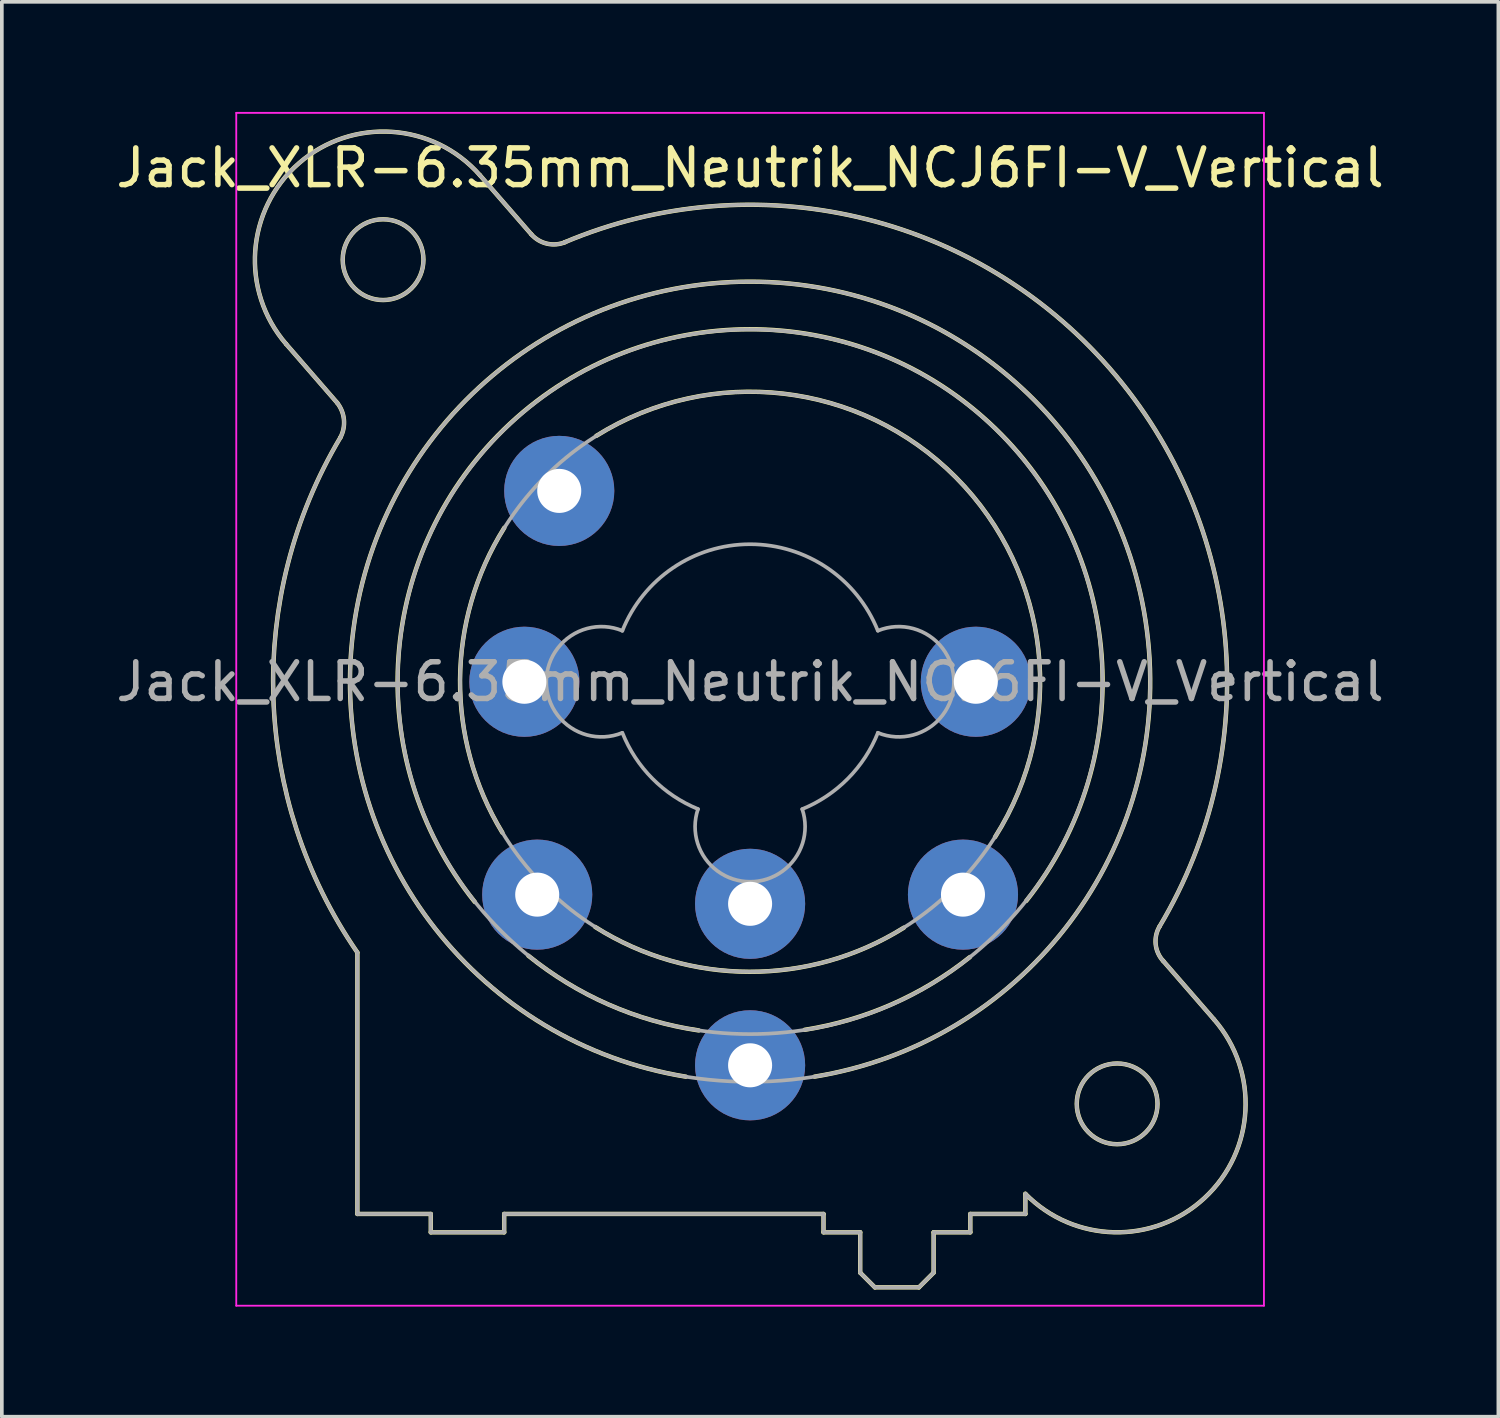
<source format=kicad_pcb>
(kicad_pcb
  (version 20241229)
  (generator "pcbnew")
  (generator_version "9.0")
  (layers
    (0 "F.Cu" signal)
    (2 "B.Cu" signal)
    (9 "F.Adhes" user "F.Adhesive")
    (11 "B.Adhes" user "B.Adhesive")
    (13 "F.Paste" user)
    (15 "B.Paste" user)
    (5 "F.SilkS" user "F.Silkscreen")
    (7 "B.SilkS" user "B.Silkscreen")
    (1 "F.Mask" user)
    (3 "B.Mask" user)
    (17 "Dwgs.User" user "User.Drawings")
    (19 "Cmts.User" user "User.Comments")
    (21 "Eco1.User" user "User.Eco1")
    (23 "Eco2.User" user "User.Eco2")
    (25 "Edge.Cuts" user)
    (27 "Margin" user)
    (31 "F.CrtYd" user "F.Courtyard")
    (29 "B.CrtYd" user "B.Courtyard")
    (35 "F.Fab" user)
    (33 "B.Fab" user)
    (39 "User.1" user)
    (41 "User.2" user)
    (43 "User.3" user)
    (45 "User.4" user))
  (footprint "Jack_XLR-6.35mm_Neutrik_NCJ6FI-V_Vertical"
    (layer "F.Cu")
    (at 23.537 15.525)
    (property "Reference" "Jack_XLR-6.35mm_Neutrik_NCJ6FI-V_Vertical" (at -6.15 -14 0) (layer "F.SilkS") (effects (font (size 1 1) (thickness 0.15))))
    (attr through_hole)
    (fp_line (start -17.4 -7.6) (end -18.79 -9.2) (stroke (width 0.12) (type solid)) (layer "F.SilkS"))
    (fp_line (start -16.85 14.5) (end -16.85 7.38) (stroke (width 0.12) (type solid)) (layer "F.SilkS"))
    (fp_line (start -14.85 14.5) (end -16.85 14.5) (stroke (width 0.12) (type solid)) (layer "F.SilkS"))
    (fp_line (start -14.85 14.5) (end -14.85 15) (stroke (width 0.12) (type solid)) (layer "F.SilkS"))
    (fp_line (start -13.51 -13.8) (end -12.11 -12.19) (stroke (width 0.12) (type solid)) (layer "F.SilkS"))
    (fp_line (start -12.85 14.5) (end -12.85 15) (stroke (width 0.12) (type solid)) (layer "F.SilkS"))
    (fp_line (start -12.85 15) (end -14.85 15) (stroke (width 0.12) (type solid)) (layer "F.SilkS"))
    (fp_line (start -4.15 14.5) (end -12.85 14.5) (stroke (width 0.12) (type solid)) (layer "F.SilkS"))
    (fp_line (start -4.15 14.5) (end -4.15 15) (stroke (width 0.12) (type solid)) (layer "F.SilkS"))
    (fp_line (start -3.15 15) (end -4.15 15) (stroke (width 0.12) (type solid)) (layer "F.SilkS"))
    (fp_line (start -3.15 15) (end -3.15 16.1) (stroke (width 0.12) (type solid)) (layer "F.SilkS"))
    (fp_line (start -3.15 16.1) (end -2.75 16.5) (stroke (width 0.12) (type solid)) (layer "F.SilkS"))
    (fp_line (start -1.55 16.5) (end -2.75 16.5) (stroke (width 0.12) (type solid)) (layer "F.SilkS"))
    (fp_line (start -1.15 15) (end -1.15 16.1) (stroke (width 0.12) (type solid)) (layer "F.SilkS"))
    (fp_line (start -1.15 16.1) (end -1.55 16.5) (stroke (width 0.12) (type solid)) (layer "F.SilkS"))
    (fp_line (start -0.15 14.5) (end -0.15 15) (stroke (width 0.12) (type solid)) (layer "F.SilkS"))
    (fp_line (start -0.15 15) (end -1.15 15) (stroke (width 0.12) (type solid)) (layer "F.SilkS"))
    (fp_line (start 1.35 13.95) (end 1.35 14.5) (stroke (width 0.12) (type solid)) (layer "F.SilkS"))
    (fp_line (start 1.35 14.5) (end -0.15 14.5) (stroke (width 0.12) (type solid)) (layer "F.SilkS"))
    (fp_line (start 5.1 7.6) (end 6.49 9.2) (stroke (width 0.12) (type solid)) (layer "F.SilkS"))
    (fp_arc (start -18.79 -9.2) (mid -18.45 -14.14) (end -13.51 -13.8) (stroke (width 0.12) (type solid)) (layer "F.SilkS"))
    (fp_arc (start -17.400452 -7.59955) (mid -17.216295 -7.14315) (end -17.31 -6.66) (stroke (width 0.12) (type solid)) (layer "F.SilkS"))
    (fp_arc (start -16.851206 7.374645) (mid -19.139261 0.42462) (end -17.31 -6.66) (stroke (width 0.12) (type solid)) (layer "F.SilkS"))
    (fp_arc (start -13.65 6) (mid -6.168408 -9.604669) (end 1.372943 5.971208) (stroke (width 0.12) (type solid)) (layer "F.SilkS"))
    (fp_arc (start -12.9 4.11) (mid -14.052663 -0.0501) (end -12.847348 -4.195251) (stroke (width 0.12) (type solid)) (layer "F.SilkS"))
    (fp_arc (start -11.201352 -11.974349) (mid 3.655031 -8.530097) (end 5.01 6.66) (stroke (width 0.12) (type solid)) (layer "F.SilkS"))
    (fp_arc (start -11.177539 -11.981856) (mid -11.677484 -11.93489) (end -12.11 -12.19) (stroke (width 0.12) (type solid)) (layer "F.SilkS"))
    (fp_arc (start -10.34 -6.7) (mid -0.544787 -5.570251) (end 0.523653 4.231839) (stroke (width 0.12) (type solid)) (layer "F.SilkS"))
    (fp_arc (start -7.9 10.76) (mid -6.152346 -10.90138) (end -4.395368 10.759246) (stroke (width 0.12) (type solid)) (layer "F.SilkS"))
    (fp_arc (start -7.55 9.5) (mid -10.007174 8.793873) (end -12.190932 7.464391) (stroke (width 0.12) (type solid)) (layer "F.SilkS"))
    (fp_arc (start -1.96 6.7) (mid -6.167825 7.902264) (end -10.370184 6.681029) (stroke (width 0.12) (type solid)) (layer "F.SilkS"))
    (fp_arc (start -0.16 7.5) (mid -2.282236 8.784674) (end -4.662837 9.482534) (stroke (width 0.12) (type solid)) (layer "F.SilkS"))
    (fp_arc (start 5.109394 7.611661) (mid 4.900255 7.152483) (end 5.01 6.66) (stroke (width 0.12) (type solid)) (layer "F.SilkS"))
    (fp_arc (start 6.49 9.2) (mid 6.227307 14.070606) (end 1.351052 13.95252) (stroke (width 0.12) (type solid)) (layer "F.SilkS"))
    (fp_circle (center -16.15 -11.5) (end -15.05 -11.5) (stroke (width 0.12) (type solid)) (fill no) (layer "F.SilkS"))
    (fp_circle (center 3.85 11.5) (end 4.95 11.5) (stroke (width 0.12) (type solid)) (fill no) (layer "F.SilkS"))
    (fp_line (start -20.15 -15.5) (end 7.85 -15.5) (stroke (width 0.05) (type solid)) (layer "F.CrtYd"))
    (fp_line (start -20.15 17) (end -20.15 -15.5) (stroke (width 0.05) (type solid)) (layer "F.CrtYd"))
    (fp_line (start 7.85 -15.5) (end 7.85 17) (stroke (width 0.05) (type solid)) (layer "F.CrtYd"))
    (fp_line (start 7.85 17) (end -20.15 17) (stroke (width 0.05) (type solid)) (layer "F.CrtYd"))
    (fp_line (start -17.4 -7.6) (end -18.79 -9.2) (stroke (width 0.1) (type solid)) (layer "F.Fab"))
    (fp_line (start -16.85 14.5) (end -16.85 7.38) (stroke (width 0.1) (type solid)) (layer "F.Fab"))
    (fp_line (start -14.85 14.5) (end -16.85 14.5) (stroke (width 0.1) (type solid)) (layer "F.Fab"))
    (fp_line (start -14.85 14.5) (end -14.85 15) (stroke (width 0.1) (type solid)) (layer "F.Fab"))
    (fp_line (start -13.51 -13.8) (end -12.11 -12.19) (stroke (width 0.1) (type solid)) (layer "F.Fab"))
    (fp_line (start -12.85 14.5) (end -12.85 15) (stroke (width 0.1) (type solid)) (layer "F.Fab"))
    (fp_line (start -12.85 15) (end -14.85 15) (stroke (width 0.1) (type solid)) (layer "F.Fab"))
    (fp_line (start -4.15 14.5) (end -12.85 14.5) (stroke (width 0.1) (type solid)) (layer "F.Fab"))
    (fp_line (start -4.15 14.5) (end -4.15 15) (stroke (width 0.1) (type solid)) (layer "F.Fab"))
    (fp_line (start -3.15 15) (end -4.15 15) (stroke (width 0.1) (type solid)) (layer "F.Fab"))
    (fp_line (start -3.15 15) (end -3.15 16.1) (stroke (width 0.1) (type solid)) (layer "F.Fab"))
    (fp_line (start -3.15 16.1) (end -2.75 16.5) (stroke (width 0.1) (type solid)) (layer "F.Fab"))
    (fp_line (start -1.55 16.5) (end -2.75 16.5) (stroke (width 0.1) (type solid)) (layer "F.Fab"))
    (fp_line (start -1.15 15) (end -1.15 16.1) (stroke (width 0.1) (type solid)) (layer "F.Fab"))
    (fp_line (start -1.15 16.1) (end -1.55 16.5) (stroke (width 0.1) (type solid)) (layer "F.Fab"))
    (fp_line (start -0.15 14.5) (end -0.15 15) (stroke (width 0.1) (type solid)) (layer "F.Fab"))
    (fp_line (start -0.15 15) (end -1.15 15) (stroke (width 0.1) (type solid)) (layer "F.Fab"))
    (fp_line (start 1.35 13.95) (end 1.35 14.5) (stroke (width 0.1) (type solid)) (layer "F.Fab"))
    (fp_line (start 1.35 14.5) (end -0.15 14.5) (stroke (width 0.1) (type solid)) (layer "F.Fab"))
    (fp_line (start 5.1 7.6) (end 6.49 9.2) (stroke (width 0.1) (type solid)) (layer "F.Fab"))
    (fp_arc (start -18.79 -9.2) (mid -18.45 -14.14) (end -13.51 -13.8) (stroke (width 0.1) (type solid)) (layer "F.Fab"))
    (fp_arc (start -17.400452 -7.59955) (mid -17.216295 -7.14315) (end -17.31 -6.66) (stroke (width 0.1) (type solid)) (layer "F.Fab"))
    (fp_arc (start -16.851206 7.374645) (mid -19.139261 0.42462) (end -17.31 -6.66) (stroke (width 0.1) (type solid)) (layer "F.Fab"))
    (fp_arc (start -11.201352 -11.974349) (mid 3.655031 -8.530097) (end 5.01 6.66) (stroke (width 0.1) (type solid)) (layer "F.Fab"))
    (fp_arc (start -11.177539 -11.981856) (mid -11.677484 -11.93489) (end -12.11 -12.19) (stroke (width 0.1) (type solid)) (layer "F.Fab"))
    (fp_arc (start -9.634717 1.391925) (mid -11.702329 -0.002547) (end -9.63 -1.39) (stroke (width 0.1) (type solid)) (layer "F.Fab"))
    (fp_arc (start -9.631116 -1.387204) (mid -6.151505 -3.747333) (end -2.67 -1.39) (stroke (width 0.1) (type solid)) (layer "F.Fab"))
    (fp_arc (start -7.567529 3.468878) (mid -8.810241 2.639246) (end -9.63 1.39) (stroke (width 0.1) (type solid)) (layer "F.Fab"))
    (fp_arc (start -4.729599 3.471189) (mid -6.150627 5.448932) (end -7.57 3.47) (stroke (width 0.1) (type solid)) (layer "F.Fab"))
    (fp_arc (start -2.667476 1.389002) (mid -3.487046 2.639314) (end -4.73 3.47) (stroke (width 0.1) (type solid)) (layer "F.Fab"))
    (fp_arc (start -2.665283 -1.391925) (mid -0.597671 0.002547) (end -2.67 1.39) (stroke (width 0.1) (type solid)) (layer "F.Fab"))
    (fp_arc (start 5.109394 7.611661) (mid 4.900255 7.152483) (end 5.01 6.66) (stroke (width 0.1) (type solid)) (layer "F.Fab"))
    (fp_arc (start 6.49 9.2) (mid 6.227307 14.070606) (end 1.351052 13.95252) (stroke (width 0.1) (type solid)) (layer "F.Fab"))
    (fp_circle (center -16.15 -11.5) (end -15.05 -11.5) (stroke (width 0.1) (type solid)) (fill no) (layer "F.Fab"))
    (fp_circle (center -6.15 0) (end 1.75 0) (stroke (width 0.1) (type solid)) (fill no) (layer "F.Fab"))
    (fp_circle (center -6.15 0) (end 3.45 0) (stroke (width 0.1) (type solid)) (fill no) (layer "F.Fab"))
    (fp_circle (center -6.15 0) (end 4.75 0) (stroke (width 0.1) (type solid)) (fill no) (layer "F.Fab"))
    (fp_circle (center 3.85 11.5) (end 4.95 11.5) (stroke (width 0.1) (type solid)) (fill no) (layer "F.Fab"))
    (fp_text user "${REFERENCE}" (at -6.15 0 0) (layer "F.Fab") (effects (font (size 1 1) (thickness 0.15))))
    (pad "1" thru_hole circle (at 0 0) (size 3 3) (drill 1.2) (layers "*.Cu" "*.Mask"))
    (pad "2" thru_hole circle (at -12.3 0) (size 3 3) (drill 1.2) (layers "*.Cu" "*.Mask"))
    (pad "3" thru_hole circle (at -6.15 6.05) (size 3 3) (drill 1.2) (layers "*.Cu" "*.Mask"))
    (pad "G" thru_hole circle (at -6.15 10.45) (size 3 3) (drill 1.2) (layers "*.Cu" "*.Mask"))
    (pad "R" thru_hole circle (at -0.35 5.8) (size 3 3) (drill 1.2) (layers "*.Cu" "*.Mask"))
    (pad "S" thru_hole circle (at -11.95 5.8) (size 3 3) (drill 1.2) (layers "*.Cu" "*.Mask"))
    (pad "T" thru_hole circle (at -11.35 -5.2) (size 3 3) (drill 1.2) (layers "*.Cu" "*.Mask")))
  (gr_rect
    (start -3 -3)
    (end 37.774 35.55)
    (stroke (width 0.1) (type default))
    (fill no)
    (layer "Edge.Cuts")))
</source>
